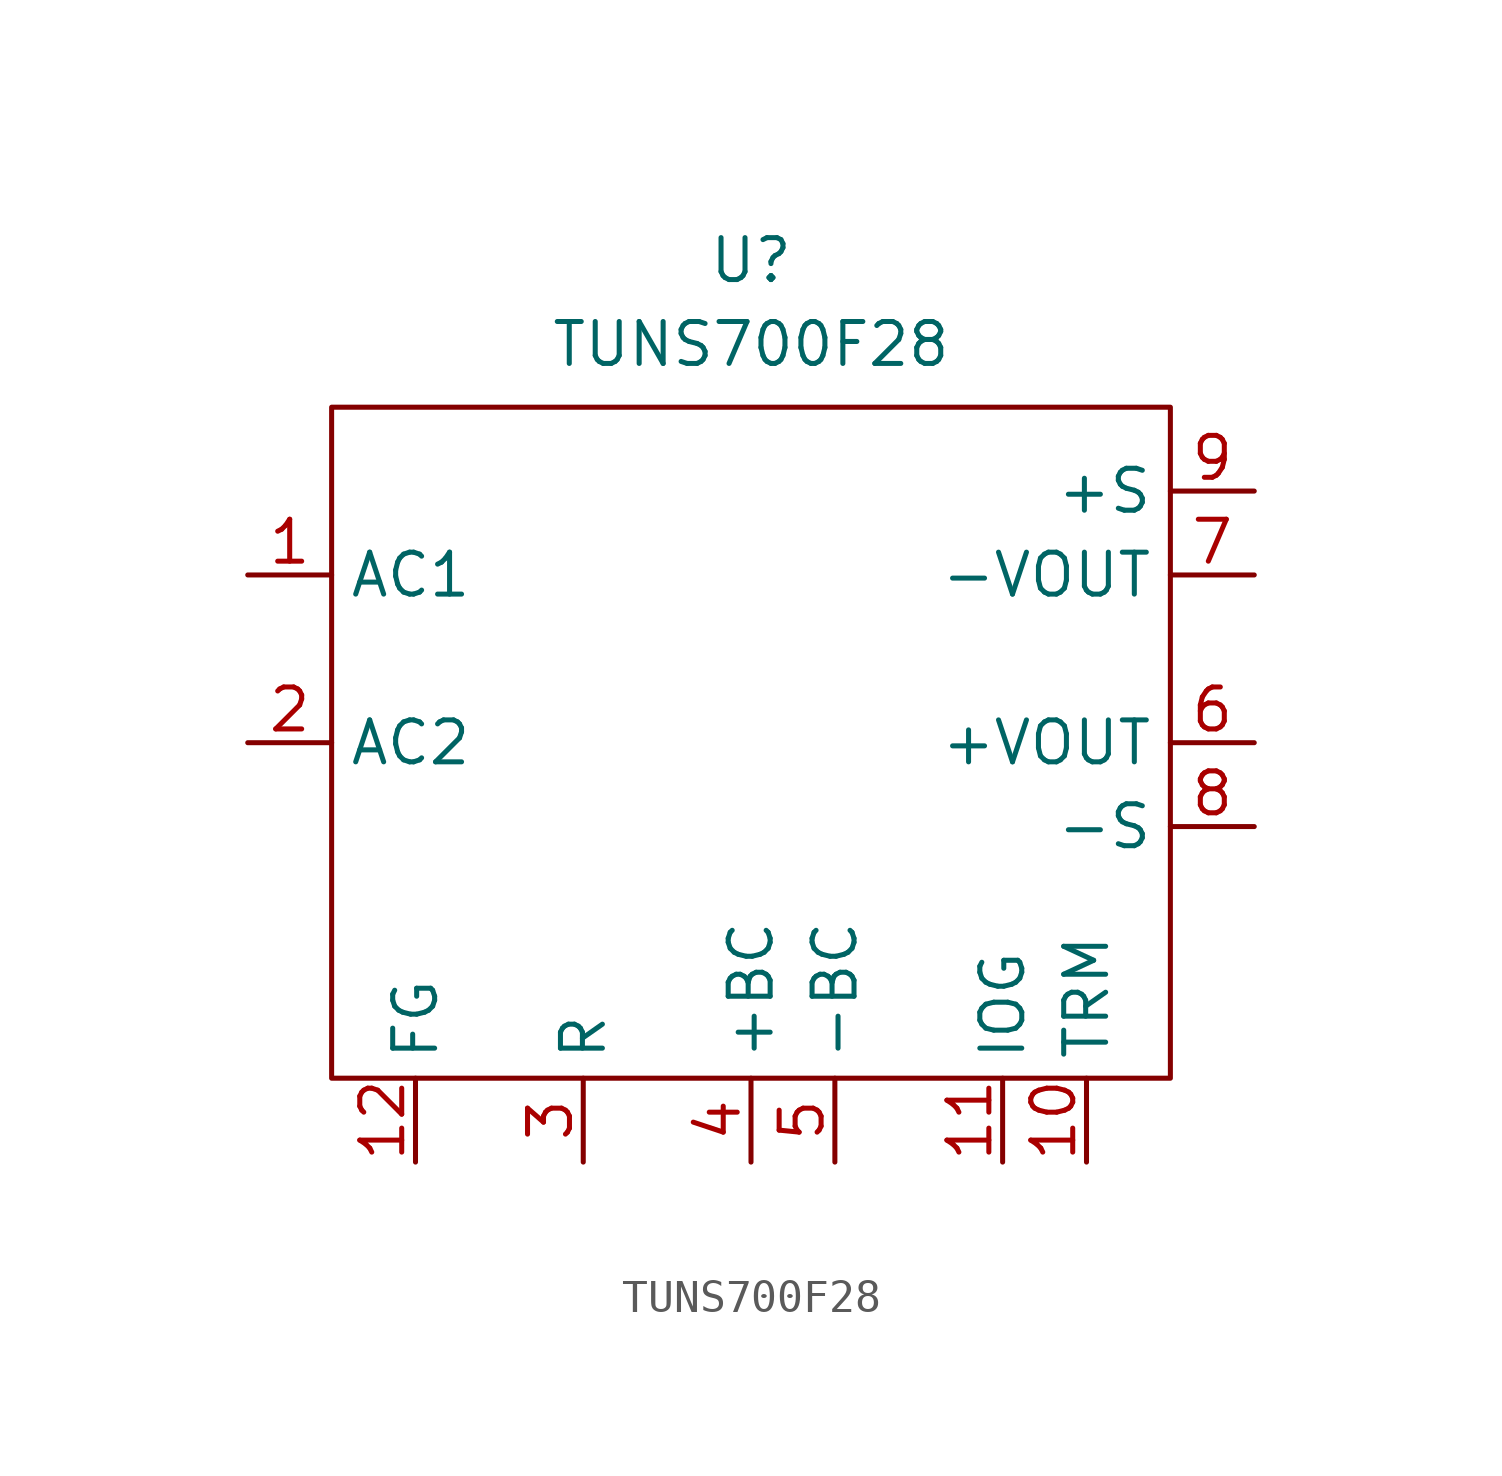
<source format=kicad_sym>
(kicad_symbol_lib
  (version 20231120)
  (generator "kicad_symbol_editor")
  (generator_version "8.0")
  (symbol "TUNS700F28"
    (property "Reference" "U"
      (at 0 9.525 0)
      (effects (font (size 1.27 1.27))))
    (property "Value" "TUNS700F28"
      (at 0 6.985 0)
      (effects (font (size 1.27 1.27))))
    (symbol "TUNS700F28_0_1"
      (rectangle (start -12.7 5.08) (end 12.7 -15.24) (stroke (width 0) (type default)) (fill (type none))))
    (symbol "TUNS700F28_1_1"
      (pin power_in line (at -15.24 0 0) (length 2.54) (name "AC1" (effects (font (size 1.27 1.27)))) (number "1" (effects (font (size 1.27 1.27)))))
      (pin unspecified line (at 10.16 -17.78 90) (length 2.54) (name "TRM" (effects (font (size 1.27 1.27)))) (number "10" (effects (font (size 1.27 1.27)))))
      (pin unspecified line (at 7.62 -17.78 90) (length 2.54) (name "IOG" (effects (font (size 1.27 1.27)))) (number "11" (effects (font (size 1.27 1.27)))))
      (pin unspecified line (at -10.16 -17.78 90) (length 2.54) (name "FG" (effects (font (size 1.27 1.27)))) (number "12" (effects (font (size 1.27 1.27)))))
      (pin power_in line (at -15.24 -5.08 0) (length 2.54) (name "AC2" (effects (font (size 1.27 1.27)))) (number "2" (effects (font (size 1.27 1.27)))))
      (pin unspecified line (at -5.08 -17.78 90) (length 2.54) (name "R" (effects (font (size 1.27 1.27)))) (number "3" (effects (font (size 1.27 1.27)))))
      (pin unspecified line (at 0 -17.78 90) (length 2.54) (name "+BC" (effects (font (size 1.27 1.27)))) (number "4" (effects (font (size 1.27 1.27)))))
      (pin unspecified line (at 2.54 -17.78 90) (length 2.54) (name "-BC" (effects (font (size 1.27 1.27)))) (number "5" (effects (font (size 1.27 1.27)))))
      (pin power_out line (at 15.24 -5.08 180) (length 2.54) (name "+VOUT" (effects (font (size 1.27 1.27)))) (number "6" (effects (font (size 1.27 1.27)))))
      (pin power_out line (at 15.24 0 180) (length 2.54) (name "-VOUT" (effects (font (size 1.27 1.27)))) (number "7" (effects (font (size 1.27 1.27)))))
      (pin unspecified line (at 15.24 -7.62 180) (length 2.54) (name "-S" (effects (font (size 1.27 1.27)))) (number "8" (effects (font (size 1.27 1.27)))))
      (pin unspecified line (at 15.24 2.54 180) (length 2.54) (name "+S" (effects (font (size 1.27 1.27)))) (number "9" (effects (font (size 1.27 1.27))))))))
</source>
